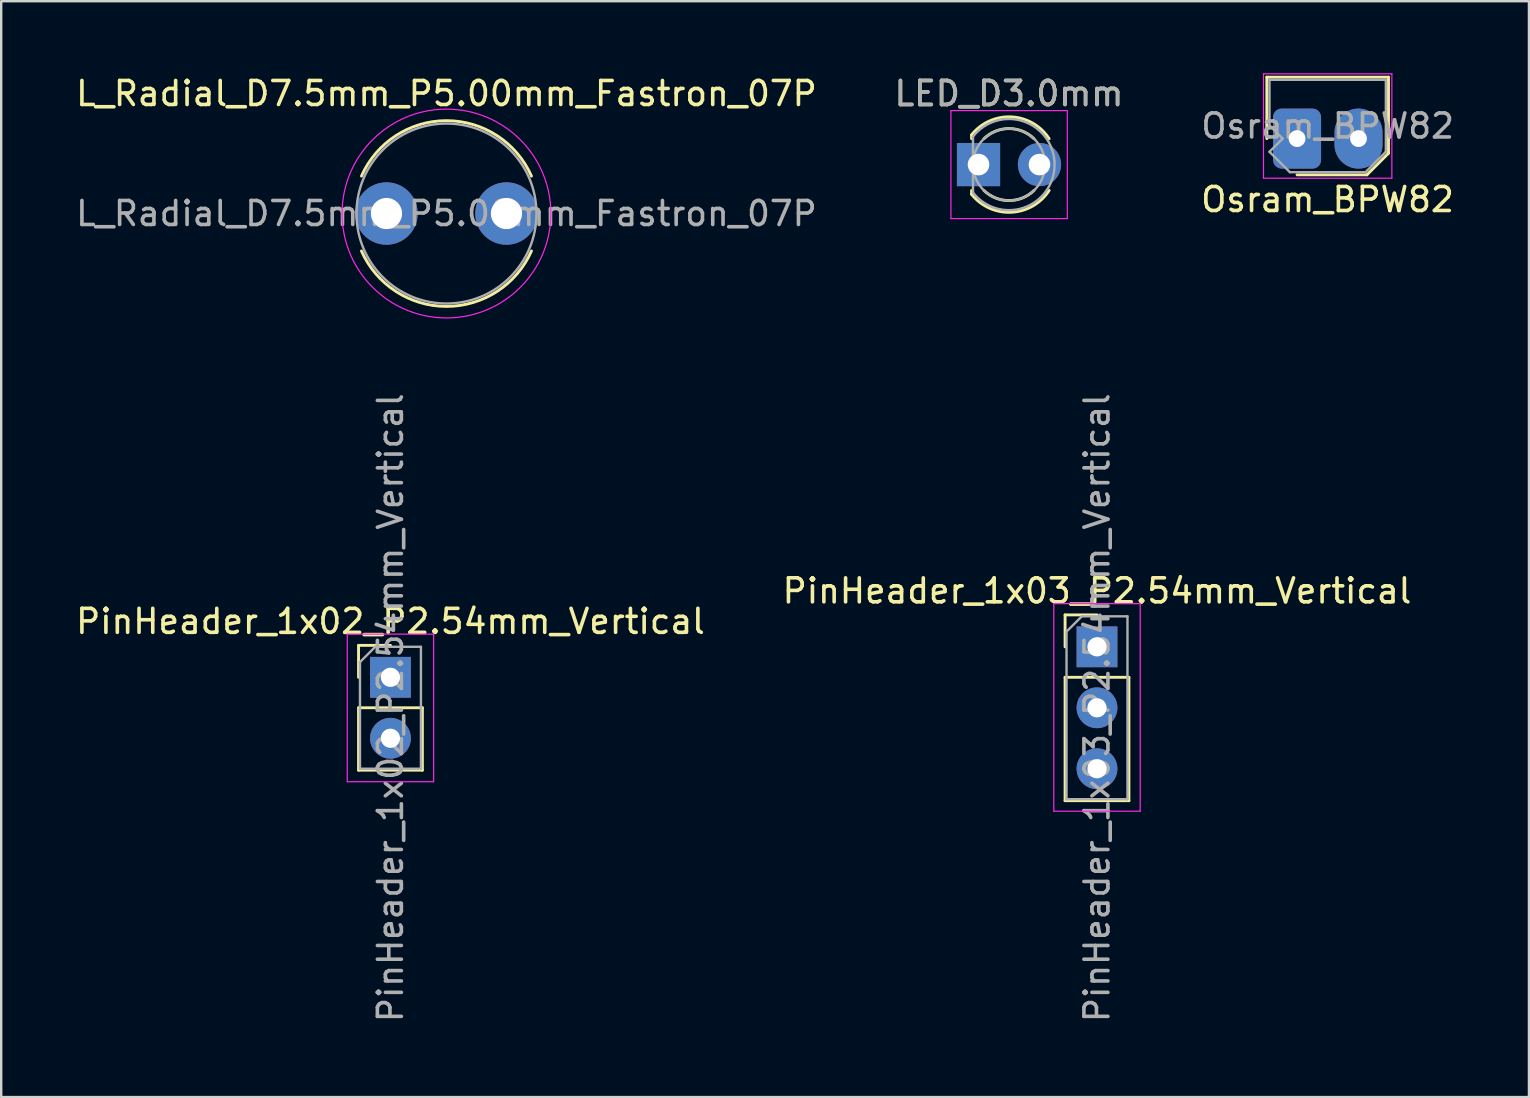
<source format=kicad_pcb>
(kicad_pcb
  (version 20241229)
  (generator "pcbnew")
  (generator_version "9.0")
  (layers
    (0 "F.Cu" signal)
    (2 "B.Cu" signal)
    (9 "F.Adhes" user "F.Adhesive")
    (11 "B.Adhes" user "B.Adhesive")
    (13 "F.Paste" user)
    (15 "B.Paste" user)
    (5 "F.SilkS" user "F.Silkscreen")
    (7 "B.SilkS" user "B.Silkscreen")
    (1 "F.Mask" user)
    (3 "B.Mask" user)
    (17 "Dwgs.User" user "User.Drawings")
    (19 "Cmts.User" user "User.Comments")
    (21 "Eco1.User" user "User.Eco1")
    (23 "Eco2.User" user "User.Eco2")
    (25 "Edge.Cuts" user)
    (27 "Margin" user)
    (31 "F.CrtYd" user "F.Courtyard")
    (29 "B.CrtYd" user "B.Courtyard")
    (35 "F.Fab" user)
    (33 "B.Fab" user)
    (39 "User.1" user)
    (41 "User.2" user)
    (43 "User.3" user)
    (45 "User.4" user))
  (footprint "PinHeader_1x02_P2.54mm_Vertical"
    (layer "F.Cu")
    (at 13.22 25.173)
    (property "Reference" "PinHeader_1x02_P2.54mm_Vertical" (at 0 -2.33 0) (layer "F.SilkS") (effects (font (size 1 1) (thickness 0.15))))
    (attr through_hole)
    (fp_line (start -1.33 -1.33) (end 0 -1.33) (stroke (width 0.12) (type solid)) (layer "F.SilkS"))
    (fp_line (start -1.33 0) (end -1.33 -1.33) (stroke (width 0.12) (type solid)) (layer "F.SilkS"))
    (fp_line (start -1.33 1.27) (end -1.33 3.87) (stroke (width 0.12) (type solid)) (layer "F.SilkS"))
    (fp_line (start -1.33 1.27) (end 1.33 1.27) (stroke (width 0.12) (type solid)) (layer "F.SilkS"))
    (fp_line (start -1.33 3.87) (end 1.33 3.87) (stroke (width 0.12) (type solid)) (layer "F.SilkS"))
    (fp_line (start 1.33 1.27) (end 1.33 3.87) (stroke (width 0.12) (type solid)) (layer "F.SilkS"))
    (fp_line (start -1.8 -1.8) (end -1.8 4.35) (stroke (width 0.05) (type solid)) (layer "F.CrtYd"))
    (fp_line (start -1.8 4.35) (end 1.8 4.35) (stroke (width 0.05) (type solid)) (layer "F.CrtYd"))
    (fp_line (start 1.8 -1.8) (end -1.8 -1.8) (stroke (width 0.05) (type solid)) (layer "F.CrtYd"))
    (fp_line (start 1.8 4.35) (end 1.8 -1.8) (stroke (width 0.05) (type solid)) (layer "F.CrtYd"))
    (fp_line (start -1.27 -0.635) (end -0.635 -1.27) (stroke (width 0.1) (type solid)) (layer "F.Fab"))
    (fp_line (start -1.27 3.81) (end -1.27 -0.635) (stroke (width 0.1) (type solid)) (layer "F.Fab"))
    (fp_line (start -0.635 -1.27) (end 1.27 -1.27) (stroke (width 0.1) (type solid)) (layer "F.Fab"))
    (fp_line (start 1.27 -1.27) (end 1.27 3.81) (stroke (width 0.1) (type solid)) (layer "F.Fab"))
    (fp_line (start 1.27 3.81) (end -1.27 3.81) (stroke (width 0.1) (type solid)) (layer "F.Fab"))
    (fp_text user "${REFERENCE}" (at 0 1.27 90) (layer "F.Fab") (effects (font (size 1 1) (thickness 0.15))))
    (pad "1" thru_hole rect (at 0 0) (size 1.7 1.7) (drill 0.8) (layers "*.Cu" "*.Mask"))
    (pad "2" thru_hole oval (at 0 2.54) (size 1.7 1.7) (drill 0.8) (layers "*.Cu" "*.Mask")))
  (footprint "Osram_BPW82"
    (layer "F.Cu")
    (at 50.998 2.725)
    (property "Reference" "Osram_BPW82" (at 1.27 2.54 0) (layer "F.SilkS") (effects (font (size 1 1) (thickness 0.15))))
    (attr through_hole)
    (fp_line (start -1.26 -2.56) (end -1.26 0) (stroke (width 0.12) (type solid)) (layer "F.SilkS"))
    (fp_line (start -1.26 -2.56) (end 3.81 -2.56) (stroke (width 0.12) (type solid)) (layer "F.SilkS"))
    (fp_line (start 0 1.51) (end 2.91 1.51) (stroke (width 0.12) (type solid)) (layer "F.SilkS"))
    (fp_line (start 3.81 -2.56) (end 3.81 0.61) (stroke (width 0.12) (type solid)) (layer "F.SilkS"))
    (fp_line (start 3.81 0.61) (end 2.91 1.51) (stroke (width 0.12) (type solid)) (layer "F.SilkS"))
    (fp_line (start -1.4 -2.7) (end -1.4 1.65) (stroke (width 0.05) (type solid)) (layer "F.CrtYd"))
    (fp_line (start -1.4 -2.7) (end 3.95 -2.7) (stroke (width 0.05) (type solid)) (layer "F.CrtYd"))
    (fp_line (start 3.95 1.65) (end -1.4 1.65) (stroke (width 0.05) (type solid)) (layer "F.CrtYd"))
    (fp_line (start 3.95 1.65) (end 3.95 -2.7) (stroke (width 0.05) (type solid)) (layer "F.CrtYd"))
    (fp_line (start -1.15 -2.45) (end 3.7 -2.45) (stroke (width 0.1) (type solid)) (layer "F.Fab"))
    (fp_line (start -1.15 -0.55) (end -1.15 -2.45) (stroke (width 0.1) (type solid)) (layer "F.Fab"))
    (fp_line (start -1.15 -0.55) (end -0.6 0) (stroke (width 0.1) (type solid)) (layer "F.Fab"))
    (fp_line (start -1.15 0.55) (end -0.6 0) (stroke (width 0.1) (type solid)) (layer "F.Fab"))
    (fp_line (start -0.3 1.4) (end -1.15 0.55) (stroke (width 0.1) (type solid)) (layer "F.Fab"))
    (fp_line (start 2.85 1.4) (end -0.3 1.4) (stroke (width 0.1) (type solid)) (layer "F.Fab"))
    (fp_line (start 3.7 -2.45) (end 3.7 0.55) (stroke (width 0.1) (type solid)) (layer "F.Fab"))
    (fp_line (start 3.7 0.55) (end 2.85 1.4) (stroke (width 0.1) (type solid)) (layer "F.Fab"))
    (fp_text user "${REFERENCE}" (at 1.275 -0.525 0) (layer "F.Fab") (effects (font (size 1 1) (thickness 0.15))))
    (pad "1" thru_hole roundrect (at 0 0) (size 2 2.5) (drill 0.7) (layers "*.Cu" "*.Mask") (roundrect_rratio 0.178))
    (pad "2" thru_hole oval (at 2.56 0) (size 2 2.5) (drill 0.7) (layers "*.Cu" "*.Mask")))
  (footprint "LED_D3.0mm"
    (layer "F.Cu")
    (at 37.724 3.808)
    (property "Reference" "LED_D3.0mm" (at 1.27 -2.96 0) (layer "F.SilkS") (effects (font (size 1 1) (thickness 0.15))))
    (attr through_hole)
    (fp_line (start -0.29 -1.236) (end -0.29 -1.08) (stroke (width 0.12) (type solid)) (layer "F.SilkS"))
    (fp_line (start -0.29 1.08) (end -0.29 1.236) (stroke (width 0.12) (type solid)) (layer "F.SilkS"))
    (fp_arc (start -0.29 -1.235516) (mid 1.366487 -1.987659) (end 2.942335 -1.078608) (stroke (width 0.12) (type solid)) (layer "F.SilkS"))
    (fp_arc (start 0.229039 -1.08) (mid 1.270117 -1.5) (end 2.31113 -1.079837) (stroke (width 0.12) (type solid)) (layer "F.SilkS"))
    (fp_arc (start 2.31113 1.079837) (mid 1.270117 1.5) (end 0.229039 1.08) (stroke (width 0.12) (type solid)) (layer "F.SilkS"))
    (fp_arc (start 2.942335 1.078608) (mid 1.366487 1.987659) (end -0.29 1.235516) (stroke (width 0.12) (type solid)) (layer "F.SilkS"))
    (fp_line (start -1.15 -2.25) (end -1.15 2.25) (stroke (width 0.05) (type solid)) (layer "F.CrtYd"))
    (fp_line (start -1.15 2.25) (end 3.7 2.25) (stroke (width 0.05) (type solid)) (layer "F.CrtYd"))
    (fp_line (start 3.7 -2.25) (end -1.15 -2.25) (stroke (width 0.05) (type solid)) (layer "F.CrtYd"))
    (fp_line (start 3.7 2.25) (end 3.7 -2.25) (stroke (width 0.05) (type solid)) (layer "F.CrtYd"))
    (fp_line (start -0.23 -1.166) (end -0.23 1.166) (stroke (width 0.1) (type solid)) (layer "F.Fab"))
    (fp_arc (start -0.23 -1.16619) (mid 3.17 0.000452) (end -0.230555 1.165476) (stroke (width 0.1) (type solid)) (layer "F.Fab"))
    (fp_circle (center 1.27 0) (end 2.77 0) (stroke (width 0.1) (type solid)) (fill no) (layer "F.Fab"))
    (fp_text user "${REFERENCE}" (at 1.27 -2.96 0) (layer "F.Fab") (effects (font (size 1 1) (thickness 0.15))))
    (pad "1" thru_hole rect (at 0 0) (size 1.8 1.8) (drill 0.9) (layers "*.Cu" "*.Mask"))
    (pad "2" thru_hole circle (at 2.54 0) (size 1.8 1.8) (drill 0.9) (layers "*.Cu" "*.Mask")))
  (footprint "L_Radial_D7.5mm_P5.00mm_Fastron_07P"
    (layer "F.Cu")
    (at 13.054 5.848)
    (property "Reference" "L_Radial_D7.5mm_P5.00mm_Fastron_07P" (at 2.5 -5 0) (layer "F.SilkS") (effects (font (size 1 1) (thickness 0.15))))
    (attr through_hole)
    (fp_arc (start -1.041652 -1.56) (mid 2.5 -3.87) (end 6.041652 -1.56) (stroke (width 0.12) (type solid)) (layer "F.SilkS"))
    (fp_arc (start 6.041652 1.56) (mid 2.5 3.87) (end -1.041652 1.56) (stroke (width 0.12) (type solid)) (layer "F.SilkS"))
    (fp_circle (center 2.5 0) (end 6.85 0) (stroke (width 0.05) (type solid)) (fill no) (layer "F.CrtYd"))
    (fp_circle (center 2.5 0) (end 6.25 0) (stroke (width 0.1) (type solid)) (fill no) (layer "F.Fab"))
    (fp_text user "${REFERENCE}" (at 2.5 0 0) (layer "F.Fab") (effects (font (size 1 1) (thickness 0.15))))
    (pad "1" thru_hole circle (at 0 0) (size 2.6 2.6) (drill 1.3) (layers "*.Cu" "*.Mask"))
    (pad "2" thru_hole circle (at 5 0) (size 2.6 2.6) (drill 1.3) (layers "*.Cu" "*.Mask")))
  (footprint "PinHeader_1x03_P2.54mm_Vertical"
    (layer "F.Cu")
    (at 42.661 23.903)
    (property "Reference" "PinHeader_1x03_P2.54mm_Vertical" (at 0 -2.33 0) (layer "F.SilkS") (effects (font (size 1 1) (thickness 0.15))))
    (attr through_hole)
    (fp_line (start -1.33 -1.33) (end 0 -1.33) (stroke (width 0.12) (type solid)) (layer "F.SilkS"))
    (fp_line (start -1.33 0) (end -1.33 -1.33) (stroke (width 0.12) (type solid)) (layer "F.SilkS"))
    (fp_line (start -1.33 1.27) (end -1.33 6.41) (stroke (width 0.12) (type solid)) (layer "F.SilkS"))
    (fp_line (start -1.33 1.27) (end 1.33 1.27) (stroke (width 0.12) (type solid)) (layer "F.SilkS"))
    (fp_line (start -1.33 6.41) (end 1.33 6.41) (stroke (width 0.12) (type solid)) (layer "F.SilkS"))
    (fp_line (start 1.33 1.27) (end 1.33 6.41) (stroke (width 0.12) (type solid)) (layer "F.SilkS"))
    (fp_line (start -1.8 -1.8) (end -1.8 6.85) (stroke (width 0.05) (type solid)) (layer "F.CrtYd"))
    (fp_line (start -1.8 6.85) (end 1.8 6.85) (stroke (width 0.05) (type solid)) (layer "F.CrtYd"))
    (fp_line (start 1.8 -1.8) (end -1.8 -1.8) (stroke (width 0.05) (type solid)) (layer "F.CrtYd"))
    (fp_line (start 1.8 6.85) (end 1.8 -1.8) (stroke (width 0.05) (type solid)) (layer "F.CrtYd"))
    (fp_line (start -1.27 -0.635) (end -0.635 -1.27) (stroke (width 0.1) (type solid)) (layer "F.Fab"))
    (fp_line (start -1.27 6.35) (end -1.27 -0.635) (stroke (width 0.1) (type solid)) (layer "F.Fab"))
    (fp_line (start -0.635 -1.27) (end 1.27 -1.27) (stroke (width 0.1) (type solid)) (layer "F.Fab"))
    (fp_line (start 1.27 -1.27) (end 1.27 6.35) (stroke (width 0.1) (type solid)) (layer "F.Fab"))
    (fp_line (start 1.27 6.35) (end -1.27 6.35) (stroke (width 0.1) (type solid)) (layer "F.Fab"))
    (fp_text user "${REFERENCE}" (at 0 2.54 90) (layer "F.Fab") (effects (font (size 1 1) (thickness 0.15))))
    (pad "1" thru_hole rect (at 0 0) (size 1.7 1.7) (drill 0.8) (layers "*.Cu" "*.Mask"))
    (pad "2" thru_hole oval (at 0 2.54) (size 1.7 1.7) (drill 0.8) (layers "*.Cu" "*.Mask"))
    (pad "3" thru_hole oval (at 0 5.08) (size 1.7 1.7) (drill 0.8) (layers "*.Cu" "*.Mask")))
  (gr_rect
    (start -3 -3)
    (end 60.66 42.664)
    (stroke (width 0.1) (type default))
    (fill no)
    (layer "Edge.Cuts")))
</source>
